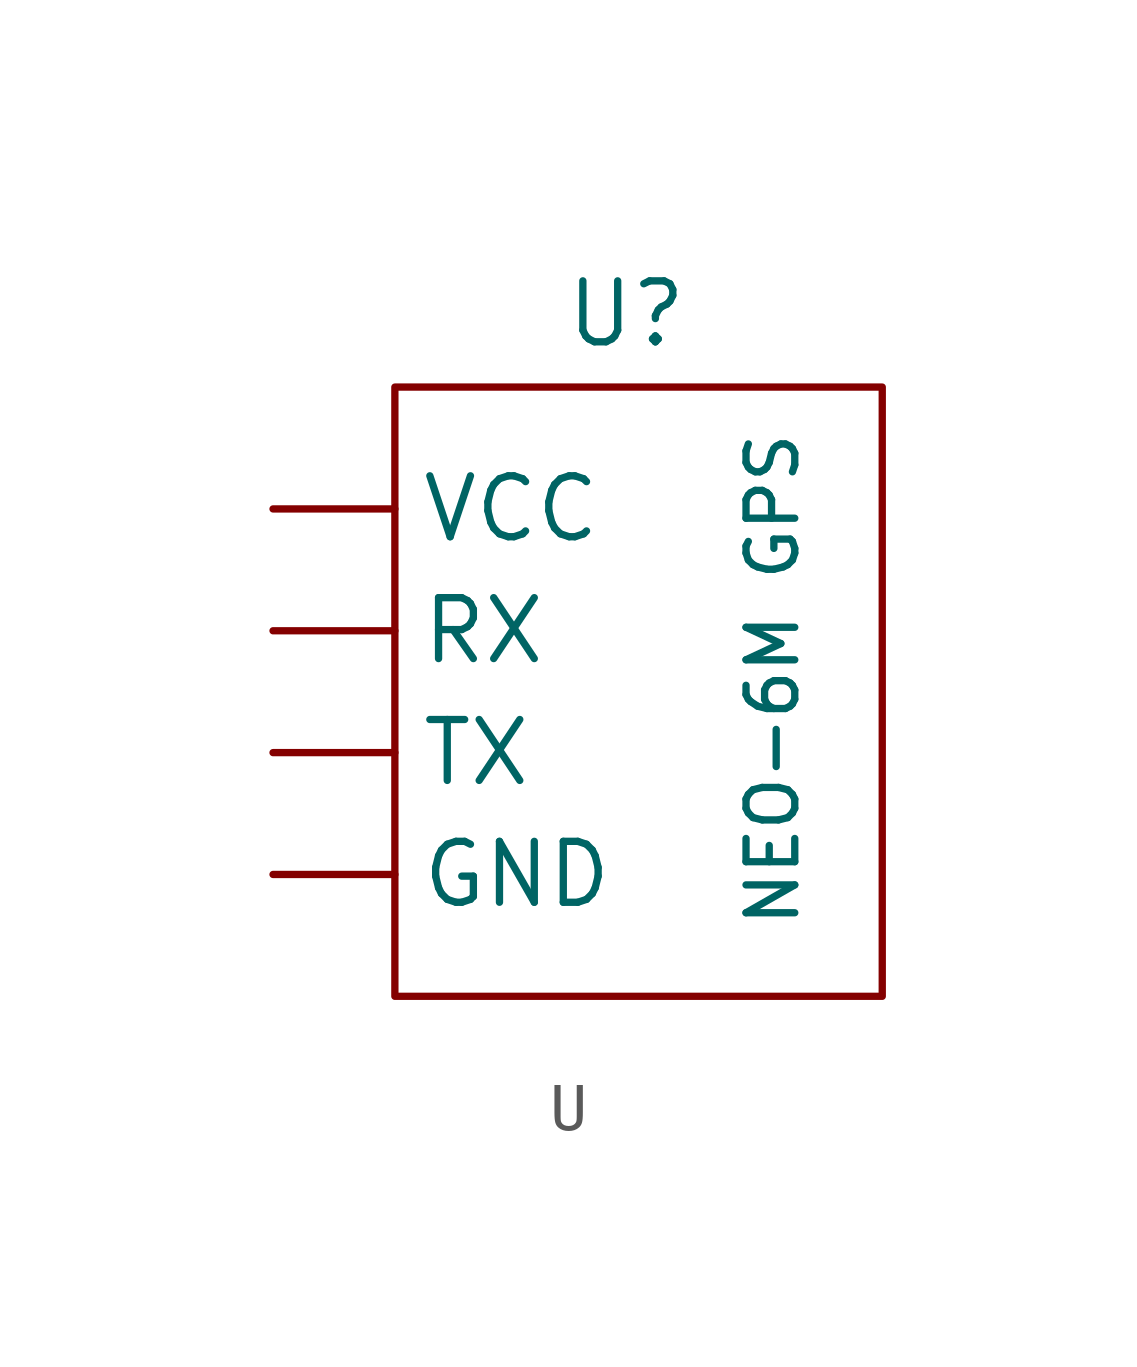
<source format=kicad_sym>
(kicad_symbol_lib
  (version 20241209)
  (generator "kicad_symbol_editor")
  (generator_version "9.0")
  (symbol "U"
    (property "Reference" "U"
      (at 7.366 10.414 0)
      (effects (font (size 1.27 1.27))))
    (property "Value" "NEO-6M GPS"
      (at 10.414 2.794 90)
      (effects (font (size 1.016 1.016))))
    (symbol "U_0_1"
      (rectangle (start 2.54 8.89) (end 12.7 -3.81) (stroke (width 0) (type default)) (fill (type none))))
    (symbol "U_1_1"
      (pin input line (at 0 6.35 0) (length 2.54) (name "VCC" (effects (font (size 1.27 1.27)))) (number "" (effects (font (size 1.27 1.27)))))
      (pin input line (at 0 3.81 0) (length 2.54) (name "RX" (effects (font (size 1.27 1.27)))) (number "" (effects (font (size 1.27 1.27)))))
      (pin input line (at 0 1.27 0) (length 2.54) (name "TX" (effects (font (size 1.27 1.27)))) (number "" (effects (font (size 1.27 1.27)))))
      (pin input line (at 0 -1.27 0) (length 2.54) (name "GND" (effects (font (size 1.27 1.27)))) (number "" (effects (font (size 1.27 1.27))))))))
</source>
